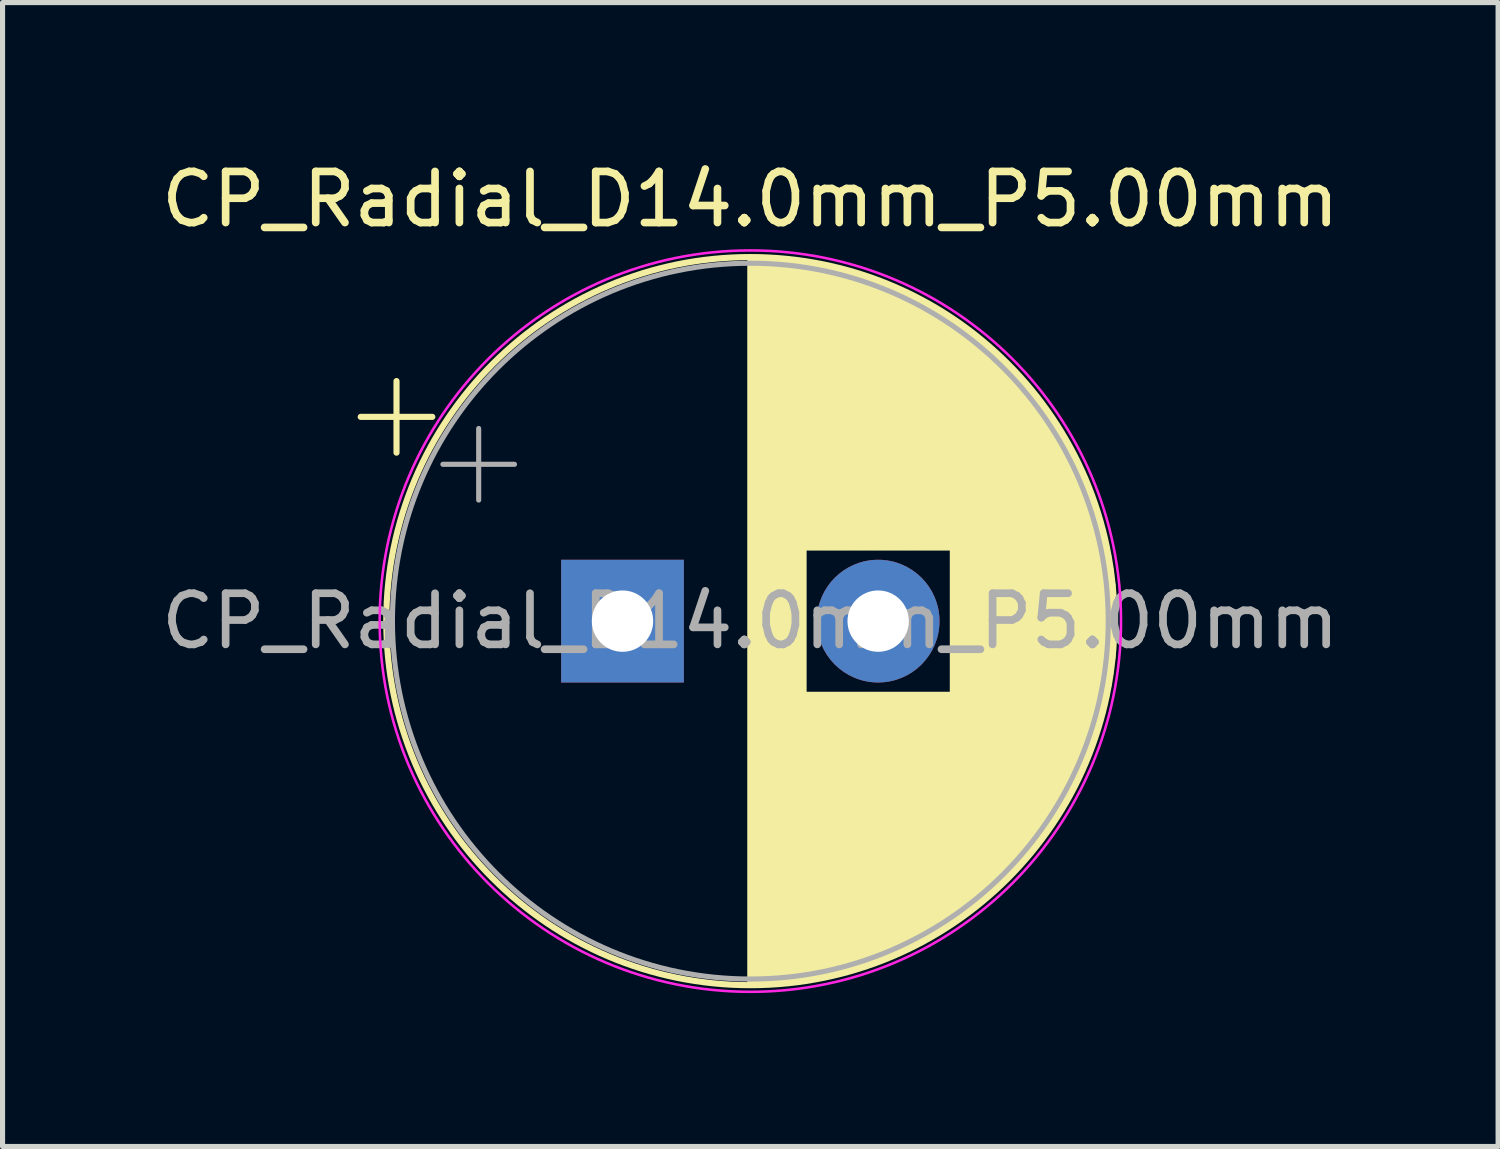
<source format=kicad_pcb>
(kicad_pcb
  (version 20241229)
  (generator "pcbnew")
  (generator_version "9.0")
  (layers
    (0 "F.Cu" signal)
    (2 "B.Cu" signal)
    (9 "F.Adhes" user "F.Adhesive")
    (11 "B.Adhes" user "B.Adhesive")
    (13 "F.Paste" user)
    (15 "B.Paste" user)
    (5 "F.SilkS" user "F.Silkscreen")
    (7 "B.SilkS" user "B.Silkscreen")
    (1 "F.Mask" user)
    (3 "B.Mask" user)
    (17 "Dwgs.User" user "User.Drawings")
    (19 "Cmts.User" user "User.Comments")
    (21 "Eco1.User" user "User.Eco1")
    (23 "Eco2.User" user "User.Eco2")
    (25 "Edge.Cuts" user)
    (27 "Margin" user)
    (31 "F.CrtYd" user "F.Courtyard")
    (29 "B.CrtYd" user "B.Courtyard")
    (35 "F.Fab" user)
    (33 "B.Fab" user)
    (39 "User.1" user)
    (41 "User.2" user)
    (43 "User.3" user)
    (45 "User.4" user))
  (footprint "CP_Radial_D14.0mm_P5.00mm"
    (layer "F.Cu")
    (at 9.125 9.098)
    (property "Reference" "CP_Radial_D14.0mm_P5.00mm" (at 2.5 -8.25 0) (layer "F.SilkS") (effects (font (size 1 1) (thickness 0.15))))
    (attr through_hole)
    (fp_line (start -5.12 -3.995) (end -3.72 -3.995) (stroke (width 0.12) (type solid)) (layer "F.SilkS"))
    (fp_line (start -4.42 -4.695) (end -4.42 -3.295) (stroke (width 0.12) (type solid)) (layer "F.SilkS"))
    (fp_line (start 2.5 -7.08) (end 2.5 7.08) (stroke (width 0.12) (type solid)) (layer "F.SilkS"))
    (fp_line (start 2.54 -7.08) (end 2.54 7.08) (stroke (width 0.12) (type solid)) (layer "F.SilkS"))
    (fp_line (start 2.58 -7.08) (end 2.58 7.08) (stroke (width 0.12) (type solid)) (layer "F.SilkS"))
    (fp_line (start 2.62 -7.079) (end 2.62 7.079) (stroke (width 0.12) (type solid)) (layer "F.SilkS"))
    (fp_line (start 2.66 -7.079) (end 2.66 7.079) (stroke (width 0.12) (type solid)) (layer "F.SilkS"))
    (fp_line (start 2.7 -7.078) (end 2.7 7.078) (stroke (width 0.12) (type solid)) (layer "F.SilkS"))
    (fp_line (start 2.74 -7.076) (end 2.74 7.076) (stroke (width 0.12) (type solid)) (layer "F.SilkS"))
    (fp_line (start 2.78 -7.075) (end 2.78 7.075) (stroke (width 0.12) (type solid)) (layer "F.SilkS"))
    (fp_line (start 2.82 -7.073) (end 2.82 7.073) (stroke (width 0.12) (type solid)) (layer "F.SilkS"))
    (fp_line (start 2.86 -7.071) (end 2.86 7.071) (stroke (width 0.12) (type solid)) (layer "F.SilkS"))
    (fp_line (start 2.9 -7.069) (end 2.9 7.069) (stroke (width 0.12) (type solid)) (layer "F.SilkS"))
    (fp_line (start 2.94 -7.067) (end 2.94 7.067) (stroke (width 0.12) (type solid)) (layer "F.SilkS"))
    (fp_line (start 2.98 -7.064) (end 2.98 7.064) (stroke (width 0.12) (type solid)) (layer "F.SilkS"))
    (fp_line (start 3.02 -7.061) (end 3.02 7.061) (stroke (width 0.12) (type solid)) (layer "F.SilkS"))
    (fp_line (start 3.06 -7.058) (end 3.06 7.058) (stroke (width 0.12) (type solid)) (layer "F.SilkS"))
    (fp_line (start 3.1 -7.055) (end 3.1 7.055) (stroke (width 0.12) (type solid)) (layer "F.SilkS"))
    (fp_line (start 3.14 -7.052) (end 3.14 7.052) (stroke (width 0.12) (type solid)) (layer "F.SilkS"))
    (fp_line (start 3.18 -7.048) (end 3.18 7.048) (stroke (width 0.12) (type solid)) (layer "F.SilkS"))
    (fp_line (start 3.221 -7.044) (end 3.221 7.044) (stroke (width 0.12) (type solid)) (layer "F.SilkS"))
    (fp_line (start 3.261 -7.04) (end 3.261 7.04) (stroke (width 0.12) (type solid)) (layer "F.SilkS"))
    (fp_line (start 3.301 -7.035) (end 3.301 7.035) (stroke (width 0.12) (type solid)) (layer "F.SilkS"))
    (fp_line (start 3.341 -7.031) (end 3.341 7.031) (stroke (width 0.12) (type solid)) (layer "F.SilkS"))
    (fp_line (start 3.381 -7.026) (end 3.381 7.026) (stroke (width 0.12) (type solid)) (layer "F.SilkS"))
    (fp_line (start 3.421 -7.021) (end 3.421 7.021) (stroke (width 0.12) (type solid)) (layer "F.SilkS"))
    (fp_line (start 3.461 -7.015) (end 3.461 7.015) (stroke (width 0.12) (type solid)) (layer "F.SilkS"))
    (fp_line (start 3.501 -7.01) (end 3.501 7.01) (stroke (width 0.12) (type solid)) (layer "F.SilkS"))
    (fp_line (start 3.541 -7.004) (end 3.541 7.004) (stroke (width 0.12) (type solid)) (layer "F.SilkS"))
    (fp_line (start 3.581 -6.998) (end 3.581 -1.44) (stroke (width 0.12) (type solid)) (layer "F.SilkS"))
    (fp_line (start 3.581 1.44) (end 3.581 6.998) (stroke (width 0.12) (type solid)) (layer "F.SilkS"))
    (fp_line (start 3.621 -6.992) (end 3.621 -1.44) (stroke (width 0.12) (type solid)) (layer "F.SilkS"))
    (fp_line (start 3.621 1.44) (end 3.621 6.992) (stroke (width 0.12) (type solid)) (layer "F.SilkS"))
    (fp_line (start 3.661 -6.985) (end 3.661 -1.44) (stroke (width 0.12) (type solid)) (layer "F.SilkS"))
    (fp_line (start 3.661 1.44) (end 3.661 6.985) (stroke (width 0.12) (type solid)) (layer "F.SilkS"))
    (fp_line (start 3.701 -6.979) (end 3.701 -1.44) (stroke (width 0.12) (type solid)) (layer "F.SilkS"))
    (fp_line (start 3.701 1.44) (end 3.701 6.979) (stroke (width 0.12) (type solid)) (layer "F.SilkS"))
    (fp_line (start 3.741 -6.972) (end 3.741 -1.44) (stroke (width 0.12) (type solid)) (layer "F.SilkS"))
    (fp_line (start 3.741 1.44) (end 3.741 6.972) (stroke (width 0.12) (type solid)) (layer "F.SilkS"))
    (fp_line (start 3.781 -6.964) (end 3.781 -1.44) (stroke (width 0.12) (type solid)) (layer "F.SilkS"))
    (fp_line (start 3.781 1.44) (end 3.781 6.964) (stroke (width 0.12) (type solid)) (layer "F.SilkS"))
    (fp_line (start 3.821 -6.957) (end 3.821 -1.44) (stroke (width 0.12) (type solid)) (layer "F.SilkS"))
    (fp_line (start 3.821 1.44) (end 3.821 6.957) (stroke (width 0.12) (type solid)) (layer "F.SilkS"))
    (fp_line (start 3.861 -6.949) (end 3.861 -1.44) (stroke (width 0.12) (type solid)) (layer "F.SilkS"))
    (fp_line (start 3.861 1.44) (end 3.861 6.949) (stroke (width 0.12) (type solid)) (layer "F.SilkS"))
    (fp_line (start 3.901 -6.942) (end 3.901 -1.44) (stroke (width 0.12) (type solid)) (layer "F.SilkS"))
    (fp_line (start 3.901 1.44) (end 3.901 6.942) (stroke (width 0.12) (type solid)) (layer "F.SilkS"))
    (fp_line (start 3.941 -6.933) (end 3.941 -1.44) (stroke (width 0.12) (type solid)) (layer "F.SilkS"))
    (fp_line (start 3.941 1.44) (end 3.941 6.933) (stroke (width 0.12) (type solid)) (layer "F.SilkS"))
    (fp_line (start 3.981 -6.925) (end 3.981 -1.44) (stroke (width 0.12) (type solid)) (layer "F.SilkS"))
    (fp_line (start 3.981 1.44) (end 3.981 6.925) (stroke (width 0.12) (type solid)) (layer "F.SilkS"))
    (fp_line (start 4.021 -6.916) (end 4.021 -1.44) (stroke (width 0.12) (type solid)) (layer "F.SilkS"))
    (fp_line (start 4.021 1.44) (end 4.021 6.916) (stroke (width 0.12) (type solid)) (layer "F.SilkS"))
    (fp_line (start 4.061 -6.907) (end 4.061 -1.44) (stroke (width 0.12) (type solid)) (layer "F.SilkS"))
    (fp_line (start 4.061 1.44) (end 4.061 6.907) (stroke (width 0.12) (type solid)) (layer "F.SilkS"))
    (fp_line (start 4.101 -6.898) (end 4.101 -1.44) (stroke (width 0.12) (type solid)) (layer "F.SilkS"))
    (fp_line (start 4.101 1.44) (end 4.101 6.898) (stroke (width 0.12) (type solid)) (layer "F.SilkS"))
    (fp_line (start 4.141 -6.889) (end 4.141 -1.44) (stroke (width 0.12) (type solid)) (layer "F.SilkS"))
    (fp_line (start 4.141 1.44) (end 4.141 6.889) (stroke (width 0.12) (type solid)) (layer "F.SilkS"))
    (fp_line (start 4.181 -6.879) (end 4.181 -1.44) (stroke (width 0.12) (type solid)) (layer "F.SilkS"))
    (fp_line (start 4.181 1.44) (end 4.181 6.879) (stroke (width 0.12) (type solid)) (layer "F.SilkS"))
    (fp_line (start 4.221 -6.87) (end 4.221 -1.44) (stroke (width 0.12) (type solid)) (layer "F.SilkS"))
    (fp_line (start 4.221 1.44) (end 4.221 6.87) (stroke (width 0.12) (type solid)) (layer "F.SilkS"))
    (fp_line (start 4.261 -6.86) (end 4.261 -1.44) (stroke (width 0.12) (type solid)) (layer "F.SilkS"))
    (fp_line (start 4.261 1.44) (end 4.261 6.86) (stroke (width 0.12) (type solid)) (layer "F.SilkS"))
    (fp_line (start 4.301 -6.849) (end 4.301 -1.44) (stroke (width 0.12) (type solid)) (layer "F.SilkS"))
    (fp_line (start 4.301 1.44) (end 4.301 6.849) (stroke (width 0.12) (type solid)) (layer "F.SilkS"))
    (fp_line (start 4.341 -6.839) (end 4.341 -1.44) (stroke (width 0.12) (type solid)) (layer "F.SilkS"))
    (fp_line (start 4.341 1.44) (end 4.341 6.839) (stroke (width 0.12) (type solid)) (layer "F.SilkS"))
    (fp_line (start 4.381 -6.828) (end 4.381 -1.44) (stroke (width 0.12) (type solid)) (layer "F.SilkS"))
    (fp_line (start 4.381 1.44) (end 4.381 6.828) (stroke (width 0.12) (type solid)) (layer "F.SilkS"))
    (fp_line (start 4.421 -6.817) (end 4.421 -1.44) (stroke (width 0.12) (type solid)) (layer "F.SilkS"))
    (fp_line (start 4.421 1.44) (end 4.421 6.817) (stroke (width 0.12) (type solid)) (layer "F.SilkS"))
    (fp_line (start 4.461 -6.805) (end 4.461 -1.44) (stroke (width 0.12) (type solid)) (layer "F.SilkS"))
    (fp_line (start 4.461 1.44) (end 4.461 6.805) (stroke (width 0.12) (type solid)) (layer "F.SilkS"))
    (fp_line (start 4.501 -6.794) (end 4.501 -1.44) (stroke (width 0.12) (type solid)) (layer "F.SilkS"))
    (fp_line (start 4.501 1.44) (end 4.501 6.794) (stroke (width 0.12) (type solid)) (layer "F.SilkS"))
    (fp_line (start 4.541 -6.782) (end 4.541 -1.44) (stroke (width 0.12) (type solid)) (layer "F.SilkS"))
    (fp_line (start 4.541 1.44) (end 4.541 6.782) (stroke (width 0.12) (type solid)) (layer "F.SilkS"))
    (fp_line (start 4.581 -6.77) (end 4.581 -1.44) (stroke (width 0.12) (type solid)) (layer "F.SilkS"))
    (fp_line (start 4.581 1.44) (end 4.581 6.77) (stroke (width 0.12) (type solid)) (layer "F.SilkS"))
    (fp_line (start 4.621 -6.758) (end 4.621 -1.44) (stroke (width 0.12) (type solid)) (layer "F.SilkS"))
    (fp_line (start 4.621 1.44) (end 4.621 6.758) (stroke (width 0.12) (type solid)) (layer "F.SilkS"))
    (fp_line (start 4.661 -6.745) (end 4.661 -1.44) (stroke (width 0.12) (type solid)) (layer "F.SilkS"))
    (fp_line (start 4.661 1.44) (end 4.661 6.745) (stroke (width 0.12) (type solid)) (layer "F.SilkS"))
    (fp_line (start 4.701 -6.732) (end 4.701 -1.44) (stroke (width 0.12) (type solid)) (layer "F.SilkS"))
    (fp_line (start 4.701 1.44) (end 4.701 6.732) (stroke (width 0.12) (type solid)) (layer "F.SilkS"))
    (fp_line (start 4.741 -6.719) (end 4.741 -1.44) (stroke (width 0.12) (type solid)) (layer "F.SilkS"))
    (fp_line (start 4.741 1.44) (end 4.741 6.719) (stroke (width 0.12) (type solid)) (layer "F.SilkS"))
    (fp_line (start 4.781 -6.706) (end 4.781 -1.44) (stroke (width 0.12) (type solid)) (layer "F.SilkS"))
    (fp_line (start 4.781 1.44) (end 4.781 6.706) (stroke (width 0.12) (type solid)) (layer "F.SilkS"))
    (fp_line (start 4.821 -6.692) (end 4.821 -1.44) (stroke (width 0.12) (type solid)) (layer "F.SilkS"))
    (fp_line (start 4.821 1.44) (end 4.821 6.692) (stroke (width 0.12) (type solid)) (layer "F.SilkS"))
    (fp_line (start 4.861 -6.678) (end 4.861 -1.44) (stroke (width 0.12) (type solid)) (layer "F.SilkS"))
    (fp_line (start 4.861 1.44) (end 4.861 6.678) (stroke (width 0.12) (type solid)) (layer "F.SilkS"))
    (fp_line (start 4.901 -6.664) (end 4.901 -1.44) (stroke (width 0.12) (type solid)) (layer "F.SilkS"))
    (fp_line (start 4.901 1.44) (end 4.901 6.664) (stroke (width 0.12) (type solid)) (layer "F.SilkS"))
    (fp_line (start 4.941 -6.649) (end 4.941 -1.44) (stroke (width 0.12) (type solid)) (layer "F.SilkS"))
    (fp_line (start 4.941 1.44) (end 4.941 6.649) (stroke (width 0.12) (type solid)) (layer "F.SilkS"))
    (fp_line (start 4.981 -6.635) (end 4.981 -1.44) (stroke (width 0.12) (type solid)) (layer "F.SilkS"))
    (fp_line (start 4.981 1.44) (end 4.981 6.635) (stroke (width 0.12) (type solid)) (layer "F.SilkS"))
    (fp_line (start 5.021 -6.62) (end 5.021 -1.44) (stroke (width 0.12) (type solid)) (layer "F.SilkS"))
    (fp_line (start 5.021 1.44) (end 5.021 6.62) (stroke (width 0.12) (type solid)) (layer "F.SilkS"))
    (fp_line (start 5.061 -6.604) (end 5.061 -1.44) (stroke (width 0.12) (type solid)) (layer "F.SilkS"))
    (fp_line (start 5.061 1.44) (end 5.061 6.604) (stroke (width 0.12) (type solid)) (layer "F.SilkS"))
    (fp_line (start 5.101 -6.589) (end 5.101 -1.44) (stroke (width 0.12) (type solid)) (layer "F.SilkS"))
    (fp_line (start 5.101 1.44) (end 5.101 6.589) (stroke (width 0.12) (type solid)) (layer "F.SilkS"))
    (fp_line (start 5.141 -6.573) (end 5.141 -1.44) (stroke (width 0.12) (type solid)) (layer "F.SilkS"))
    (fp_line (start 5.141 1.44) (end 5.141 6.573) (stroke (width 0.12) (type solid)) (layer "F.SilkS"))
    (fp_line (start 5.181 -6.557) (end 5.181 -1.44) (stroke (width 0.12) (type solid)) (layer "F.SilkS"))
    (fp_line (start 5.181 1.44) (end 5.181 6.557) (stroke (width 0.12) (type solid)) (layer "F.SilkS"))
    (fp_line (start 5.221 -6.54) (end 5.221 -1.44) (stroke (width 0.12) (type solid)) (layer "F.SilkS"))
    (fp_line (start 5.221 1.44) (end 5.221 6.54) (stroke (width 0.12) (type solid)) (layer "F.SilkS"))
    (fp_line (start 5.261 -6.524) (end 5.261 -1.44) (stroke (width 0.12) (type solid)) (layer "F.SilkS"))
    (fp_line (start 5.261 1.44) (end 5.261 6.524) (stroke (width 0.12) (type solid)) (layer "F.SilkS"))
    (fp_line (start 5.301 -6.507) (end 5.301 -1.44) (stroke (width 0.12) (type solid)) (layer "F.SilkS"))
    (fp_line (start 5.301 1.44) (end 5.301 6.507) (stroke (width 0.12) (type solid)) (layer "F.SilkS"))
    (fp_line (start 5.341 -6.49) (end 5.341 -1.44) (stroke (width 0.12) (type solid)) (layer "F.SilkS"))
    (fp_line (start 5.341 1.44) (end 5.341 6.49) (stroke (width 0.12) (type solid)) (layer "F.SilkS"))
    (fp_line (start 5.381 -6.472) (end 5.381 -1.44) (stroke (width 0.12) (type solid)) (layer "F.SilkS"))
    (fp_line (start 5.381 1.44) (end 5.381 6.472) (stroke (width 0.12) (type solid)) (layer "F.SilkS"))
    (fp_line (start 5.421 -6.454) (end 5.421 -1.44) (stroke (width 0.12) (type solid)) (layer "F.SilkS"))
    (fp_line (start 5.421 1.44) (end 5.421 6.454) (stroke (width 0.12) (type solid)) (layer "F.SilkS"))
    (fp_line (start 5.461 -6.436) (end 5.461 -1.44) (stroke (width 0.12) (type solid)) (layer "F.SilkS"))
    (fp_line (start 5.461 1.44) (end 5.461 6.436) (stroke (width 0.12) (type solid)) (layer "F.SilkS"))
    (fp_line (start 5.501 -6.418) (end 5.501 -1.44) (stroke (width 0.12) (type solid)) (layer "F.SilkS"))
    (fp_line (start 5.501 1.44) (end 5.501 6.418) (stroke (width 0.12) (type solid)) (layer "F.SilkS"))
    (fp_line (start 5.541 -6.399) (end 5.541 -1.44) (stroke (width 0.12) (type solid)) (layer "F.SilkS"))
    (fp_line (start 5.541 1.44) (end 5.541 6.399) (stroke (width 0.12) (type solid)) (layer "F.SilkS"))
    (fp_line (start 5.581 -6.38) (end 5.581 -1.44) (stroke (width 0.12) (type solid)) (layer "F.SilkS"))
    (fp_line (start 5.581 1.44) (end 5.581 6.38) (stroke (width 0.12) (type solid)) (layer "F.SilkS"))
    (fp_line (start 5.621 -6.36) (end 5.621 -1.44) (stroke (width 0.12) (type solid)) (layer "F.SilkS"))
    (fp_line (start 5.621 1.44) (end 5.621 6.36) (stroke (width 0.12) (type solid)) (layer "F.SilkS"))
    (fp_line (start 5.661 -6.341) (end 5.661 -1.44) (stroke (width 0.12) (type solid)) (layer "F.SilkS"))
    (fp_line (start 5.661 1.44) (end 5.661 6.341) (stroke (width 0.12) (type solid)) (layer "F.SilkS"))
    (fp_line (start 5.701 -6.321) (end 5.701 -1.44) (stroke (width 0.12) (type solid)) (layer "F.SilkS"))
    (fp_line (start 5.701 1.44) (end 5.701 6.321) (stroke (width 0.12) (type solid)) (layer "F.SilkS"))
    (fp_line (start 5.741 -6.301) (end 5.741 -1.44) (stroke (width 0.12) (type solid)) (layer "F.SilkS"))
    (fp_line (start 5.741 1.44) (end 5.741 6.301) (stroke (width 0.12) (type solid)) (layer "F.SilkS"))
    (fp_line (start 5.781 -6.28) (end 5.781 -1.44) (stroke (width 0.12) (type solid)) (layer "F.SilkS"))
    (fp_line (start 5.781 1.44) (end 5.781 6.28) (stroke (width 0.12) (type solid)) (layer "F.SilkS"))
    (fp_line (start 5.821 -6.259) (end 5.821 -1.44) (stroke (width 0.12) (type solid)) (layer "F.SilkS"))
    (fp_line (start 5.821 1.44) (end 5.821 6.259) (stroke (width 0.12) (type solid)) (layer "F.SilkS"))
    (fp_line (start 5.861 -6.238) (end 5.861 -1.44) (stroke (width 0.12) (type solid)) (layer "F.SilkS"))
    (fp_line (start 5.861 1.44) (end 5.861 6.238) (stroke (width 0.12) (type solid)) (layer "F.SilkS"))
    (fp_line (start 5.901 -6.216) (end 5.901 -1.44) (stroke (width 0.12) (type solid)) (layer "F.SilkS"))
    (fp_line (start 5.901 1.44) (end 5.901 6.216) (stroke (width 0.12) (type solid)) (layer "F.SilkS"))
    (fp_line (start 5.941 -6.194) (end 5.941 -1.44) (stroke (width 0.12) (type solid)) (layer "F.SilkS"))
    (fp_line (start 5.941 1.44) (end 5.941 6.194) (stroke (width 0.12) (type solid)) (layer "F.SilkS"))
    (fp_line (start 5.981 -6.172) (end 5.981 -1.44) (stroke (width 0.12) (type solid)) (layer "F.SilkS"))
    (fp_line (start 5.981 1.44) (end 5.981 6.172) (stroke (width 0.12) (type solid)) (layer "F.SilkS"))
    (fp_line (start 6.021 -6.15) (end 6.021 -1.44) (stroke (width 0.12) (type solid)) (layer "F.SilkS"))
    (fp_line (start 6.021 1.44) (end 6.021 6.15) (stroke (width 0.12) (type solid)) (layer "F.SilkS"))
    (fp_line (start 6.061 -6.127) (end 6.061 -1.44) (stroke (width 0.12) (type solid)) (layer "F.SilkS"))
    (fp_line (start 6.061 1.44) (end 6.061 6.127) (stroke (width 0.12) (type solid)) (layer "F.SilkS"))
    (fp_line (start 6.101 -6.103) (end 6.101 -1.44) (stroke (width 0.12) (type solid)) (layer "F.SilkS"))
    (fp_line (start 6.101 1.44) (end 6.101 6.103) (stroke (width 0.12) (type solid)) (layer "F.SilkS"))
    (fp_line (start 6.141 -6.08) (end 6.141 -1.44) (stroke (width 0.12) (type solid)) (layer "F.SilkS"))
    (fp_line (start 6.141 1.44) (end 6.141 6.08) (stroke (width 0.12) (type solid)) (layer "F.SilkS"))
    (fp_line (start 6.181 -6.056) (end 6.181 -1.44) (stroke (width 0.12) (type solid)) (layer "F.SilkS"))
    (fp_line (start 6.181 1.44) (end 6.181 6.056) (stroke (width 0.12) (type solid)) (layer "F.SilkS"))
    (fp_line (start 6.221 -6.031) (end 6.221 -1.44) (stroke (width 0.12) (type solid)) (layer "F.SilkS"))
    (fp_line (start 6.221 1.44) (end 6.221 6.031) (stroke (width 0.12) (type solid)) (layer "F.SilkS"))
    (fp_line (start 6.261 -6.007) (end 6.261 -1.44) (stroke (width 0.12) (type solid)) (layer "F.SilkS"))
    (fp_line (start 6.261 1.44) (end 6.261 6.007) (stroke (width 0.12) (type solid)) (layer "F.SilkS"))
    (fp_line (start 6.301 -5.982) (end 6.301 -1.44) (stroke (width 0.12) (type solid)) (layer "F.SilkS"))
    (fp_line (start 6.301 1.44) (end 6.301 5.982) (stroke (width 0.12) (type solid)) (layer "F.SilkS"))
    (fp_line (start 6.341 -5.956) (end 6.341 -1.44) (stroke (width 0.12) (type solid)) (layer "F.SilkS"))
    (fp_line (start 6.341 1.44) (end 6.341 5.956) (stroke (width 0.12) (type solid)) (layer "F.SilkS"))
    (fp_line (start 6.381 -5.93) (end 6.381 -1.44) (stroke (width 0.12) (type solid)) (layer "F.SilkS"))
    (fp_line (start 6.381 1.44) (end 6.381 5.93) (stroke (width 0.12) (type solid)) (layer "F.SilkS"))
    (fp_line (start 6.421 -5.904) (end 6.421 -1.44) (stroke (width 0.12) (type solid)) (layer "F.SilkS"))
    (fp_line (start 6.421 1.44) (end 6.421 5.904) (stroke (width 0.12) (type solid)) (layer "F.SilkS"))
    (fp_line (start 6.461 -5.878) (end 6.461 5.878) (stroke (width 0.12) (type solid)) (layer "F.SilkS"))
    (fp_line (start 6.501 -5.851) (end 6.501 5.851) (stroke (width 0.12) (type solid)) (layer "F.SilkS"))
    (fp_line (start 6.541 -5.823) (end 6.541 5.823) (stroke (width 0.12) (type solid)) (layer "F.SilkS"))
    (fp_line (start 6.581 -5.796) (end 6.581 5.796) (stroke (width 0.12) (type solid)) (layer "F.SilkS"))
    (fp_line (start 6.621 -5.767) (end 6.621 5.767) (stroke (width 0.12) (type solid)) (layer "F.SilkS"))
    (fp_line (start 6.661 -5.739) (end 6.661 5.739) (stroke (width 0.12) (type solid)) (layer "F.SilkS"))
    (fp_line (start 6.701 -5.71) (end 6.701 5.71) (stroke (width 0.12) (type solid)) (layer "F.SilkS"))
    (fp_line (start 6.741 -5.68) (end 6.741 5.68) (stroke (width 0.12) (type solid)) (layer "F.SilkS"))
    (fp_line (start 6.781 -5.65) (end 6.781 5.65) (stroke (width 0.12) (type solid)) (layer "F.SilkS"))
    (fp_line (start 6.821 -5.62) (end 6.821 5.62) (stroke (width 0.12) (type solid)) (layer "F.SilkS"))
    (fp_line (start 6.861 -5.589) (end 6.861 5.589) (stroke (width 0.12) (type solid)) (layer "F.SilkS"))
    (fp_line (start 6.901 -5.558) (end 6.901 5.558) (stroke (width 0.12) (type solid)) (layer "F.SilkS"))
    (fp_line (start 6.941 -5.527) (end 6.941 5.527) (stroke (width 0.12) (type solid)) (layer "F.SilkS"))
    (fp_line (start 6.981 -5.494) (end 6.981 5.494) (stroke (width 0.12) (type solid)) (layer "F.SilkS"))
    (fp_line (start 7.021 -5.462) (end 7.021 5.462) (stroke (width 0.12) (type solid)) (layer "F.SilkS"))
    (fp_line (start 7.061 -5.429) (end 7.061 5.429) (stroke (width 0.12) (type solid)) (layer "F.SilkS"))
    (fp_line (start 7.101 -5.395) (end 7.101 5.395) (stroke (width 0.12) (type solid)) (layer "F.SilkS"))
    (fp_line (start 7.141 -5.361) (end 7.141 5.361) (stroke (width 0.12) (type solid)) (layer "F.SilkS"))
    (fp_line (start 7.181 -5.326) (end 7.181 5.326) (stroke (width 0.12) (type solid)) (layer "F.SilkS"))
    (fp_line (start 7.221 -5.291) (end 7.221 5.291) (stroke (width 0.12) (type solid)) (layer "F.SilkS"))
    (fp_line (start 7.261 -5.255) (end 7.261 5.255) (stroke (width 0.12) (type solid)) (layer "F.SilkS"))
    (fp_line (start 7.301 -5.219) (end 7.301 5.219) (stroke (width 0.12) (type solid)) (layer "F.SilkS"))
    (fp_line (start 7.341 -5.182) (end 7.341 5.182) (stroke (width 0.12) (type solid)) (layer "F.SilkS"))
    (fp_line (start 7.381 -5.145) (end 7.381 5.145) (stroke (width 0.12) (type solid)) (layer "F.SilkS"))
    (fp_line (start 7.421 -5.107) (end 7.421 5.107) (stroke (width 0.12) (type solid)) (layer "F.SilkS"))
    (fp_line (start 7.461 -5.069) (end 7.461 5.069) (stroke (width 0.12) (type solid)) (layer "F.SilkS"))
    (fp_line (start 7.501 -5.029) (end 7.501 5.029) (stroke (width 0.12) (type solid)) (layer "F.SilkS"))
    (fp_line (start 7.541 -4.99) (end 7.541 4.99) (stroke (width 0.12) (type solid)) (layer "F.SilkS"))
    (fp_line (start 7.581 -4.949) (end 7.581 4.949) (stroke (width 0.12) (type solid)) (layer "F.SilkS"))
    (fp_line (start 7.621 -4.908) (end 7.621 4.908) (stroke (width 0.12) (type solid)) (layer "F.SilkS"))
    (fp_line (start 7.661 -4.866) (end 7.661 4.866) (stroke (width 0.12) (type solid)) (layer "F.SilkS"))
    (fp_line (start 7.701 -4.824) (end 7.701 4.824) (stroke (width 0.12) (type solid)) (layer "F.SilkS"))
    (fp_line (start 7.741 -4.781) (end 7.741 4.781) (stroke (width 0.12) (type solid)) (layer "F.SilkS"))
    (fp_line (start 7.781 -4.737) (end 7.781 4.737) (stroke (width 0.12) (type solid)) (layer "F.SilkS"))
    (fp_line (start 7.821 -4.693) (end 7.821 4.693) (stroke (width 0.12) (type solid)) (layer "F.SilkS"))
    (fp_line (start 7.861 -4.647) (end 7.861 4.647) (stroke (width 0.12) (type solid)) (layer "F.SilkS"))
    (fp_line (start 7.901 -4.601) (end 7.901 4.601) (stroke (width 0.12) (type solid)) (layer "F.SilkS"))
    (fp_line (start 7.941 -4.554) (end 7.941 4.554) (stroke (width 0.12) (type solid)) (layer "F.SilkS"))
    (fp_line (start 7.981 -4.506) (end 7.981 4.506) (stroke (width 0.12) (type solid)) (layer "F.SilkS"))
    (fp_line (start 8.021 -4.458) (end 8.021 4.458) (stroke (width 0.12) (type solid)) (layer "F.SilkS"))
    (fp_line (start 8.061 -4.408) (end 8.061 4.408) (stroke (width 0.12) (type solid)) (layer "F.SilkS"))
    (fp_line (start 8.101 -4.358) (end 8.101 4.358) (stroke (width 0.12) (type solid)) (layer "F.SilkS"))
    (fp_line (start 8.141 -4.306) (end 8.141 4.306) (stroke (width 0.12) (type solid)) (layer "F.SilkS"))
    (fp_line (start 8.181 -4.254) (end 8.181 4.254) (stroke (width 0.12) (type solid)) (layer "F.SilkS"))
    (fp_line (start 8.221 -4.2) (end 8.221 4.2) (stroke (width 0.12) (type solid)) (layer "F.SilkS"))
    (fp_line (start 8.261 -4.146) (end 8.261 4.146) (stroke (width 0.12) (type solid)) (layer "F.SilkS"))
    (fp_line (start 8.301 -4.09) (end 8.301 4.09) (stroke (width 0.12) (type solid)) (layer "F.SilkS"))
    (fp_line (start 8.341 -4.033) (end 8.341 4.033) (stroke (width 0.12) (type solid)) (layer "F.SilkS"))
    (fp_line (start 8.381 -3.975) (end 8.381 3.975) (stroke (width 0.12) (type solid)) (layer "F.SilkS"))
    (fp_line (start 8.421 -3.916) (end 8.421 3.916) (stroke (width 0.12) (type solid)) (layer "F.SilkS"))
    (fp_line (start 8.461 -3.856) (end 8.461 3.856) (stroke (width 0.12) (type solid)) (layer "F.SilkS"))
    (fp_line (start 8.501 -3.794) (end 8.501 3.794) (stroke (width 0.12) (type solid)) (layer "F.SilkS"))
    (fp_line (start 8.541 -3.73) (end 8.541 3.73) (stroke (width 0.12) (type solid)) (layer "F.SilkS"))
    (fp_line (start 8.581 -3.666) (end 8.581 3.666) (stroke (width 0.12) (type solid)) (layer "F.SilkS"))
    (fp_line (start 8.621 -3.599) (end 8.621 3.599) (stroke (width 0.12) (type solid)) (layer "F.SilkS"))
    (fp_line (start 8.661 -3.531) (end 8.661 3.531) (stroke (width 0.12) (type solid)) (layer "F.SilkS"))
    (fp_line (start 8.701 -3.461) (end 8.701 3.461) (stroke (width 0.12) (type solid)) (layer "F.SilkS"))
    (fp_line (start 8.741 -3.389) (end 8.741 3.389) (stroke (width 0.12) (type solid)) (layer "F.SilkS"))
    (fp_line (start 8.781 -3.315) (end 8.781 3.315) (stroke (width 0.12) (type solid)) (layer "F.SilkS"))
    (fp_line (start 8.821 -3.24) (end 8.821 3.24) (stroke (width 0.12) (type solid)) (layer "F.SilkS"))
    (fp_line (start 8.861 -3.161) (end 8.861 3.161) (stroke (width 0.12) (type solid)) (layer "F.SilkS"))
    (fp_line (start 8.901 -3.08) (end 8.901 3.08) (stroke (width 0.12) (type solid)) (layer "F.SilkS"))
    (fp_line (start 8.941 -2.997) (end 8.941 2.997) (stroke (width 0.12) (type solid)) (layer "F.SilkS"))
    (fp_line (start 8.981 -2.911) (end 8.981 2.911) (stroke (width 0.12) (type solid)) (layer "F.SilkS"))
    (fp_line (start 9.021 -2.821) (end 9.021 2.821) (stroke (width 0.12) (type solid)) (layer "F.SilkS"))
    (fp_line (start 9.061 -2.728) (end 9.061 2.728) (stroke (width 0.12) (type solid)) (layer "F.SilkS"))
    (fp_line (start 9.101 -2.632) (end 9.101 2.632) (stroke (width 0.12) (type solid)) (layer "F.SilkS"))
    (fp_line (start 9.141 -2.53) (end 9.141 2.53) (stroke (width 0.12) (type solid)) (layer "F.SilkS"))
    (fp_line (start 9.181 -2.425) (end 9.181 2.425) (stroke (width 0.12) (type solid)) (layer "F.SilkS"))
    (fp_line (start 9.221 -2.313) (end 9.221 2.313) (stroke (width 0.12) (type solid)) (layer "F.SilkS"))
    (fp_line (start 9.261 -2.196) (end 9.261 2.196) (stroke (width 0.12) (type solid)) (layer "F.SilkS"))
    (fp_line (start 9.301 -2.071) (end 9.301 2.071) (stroke (width 0.12) (type solid)) (layer "F.SilkS"))
    (fp_line (start 9.341 -1.938) (end 9.341 1.938) (stroke (width 0.12) (type solid)) (layer "F.SilkS"))
    (fp_line (start 9.381 -1.794) (end 9.381 1.794) (stroke (width 0.12) (type solid)) (layer "F.SilkS"))
    (fp_line (start 9.421 -1.636) (end 9.421 1.636) (stroke (width 0.12) (type solid)) (layer "F.SilkS"))
    (fp_line (start 9.461 -1.461) (end 9.461 1.461) (stroke (width 0.12) (type solid)) (layer "F.SilkS"))
    (fp_line (start 9.501 -1.262) (end 9.501 1.262) (stroke (width 0.12) (type solid)) (layer "F.SilkS"))
    (fp_line (start 9.541 -1.025) (end 9.541 1.025) (stroke (width 0.12) (type solid)) (layer "F.SilkS"))
    (fp_line (start 9.581 -0.714) (end 9.581 0.714) (stroke (width 0.12) (type solid)) (layer "F.SilkS"))
    (fp_circle (center 2.5 0) (end 9.62 0) (stroke (width 0.12) (type solid)) (fill no) (layer "F.SilkS"))
    (fp_circle (center 2.5 0) (end 9.75 0) (stroke (width 0.05) (type solid)) (fill no) (layer "F.CrtYd"))
    (fp_line (start -3.513 -3.067) (end -2.113 -3.067) (stroke (width 0.1) (type solid)) (layer "F.Fab"))
    (fp_line (start -2.813 -3.768) (end -2.813 -2.368) (stroke (width 0.1) (type solid)) (layer "F.Fab"))
    (fp_circle (center 2.5 0) (end 9.5 0) (stroke (width 0.1) (type solid)) (fill no) (layer "F.Fab"))
    (fp_text user "${REFERENCE}" (at 2.5 0 0) (layer "F.Fab") (effects (font (size 1 1) (thickness 0.15))))
    (pad "1" thru_hole rect (at 0 0) (size 2.4 2.4) (drill 1.2) (layers "*.Cu" "*.Mask"))
    (pad "2" thru_hole circle (at 5 0) (size 2.4 2.4) (drill 1.2) (layers "*.Cu" "*.Mask")))
  (gr_rect
    (start -3 -3)
    (end 26.25 19.373)
    (stroke (width 0.1) (type default))
    (fill no)
    (layer "Edge.Cuts")))
</source>
